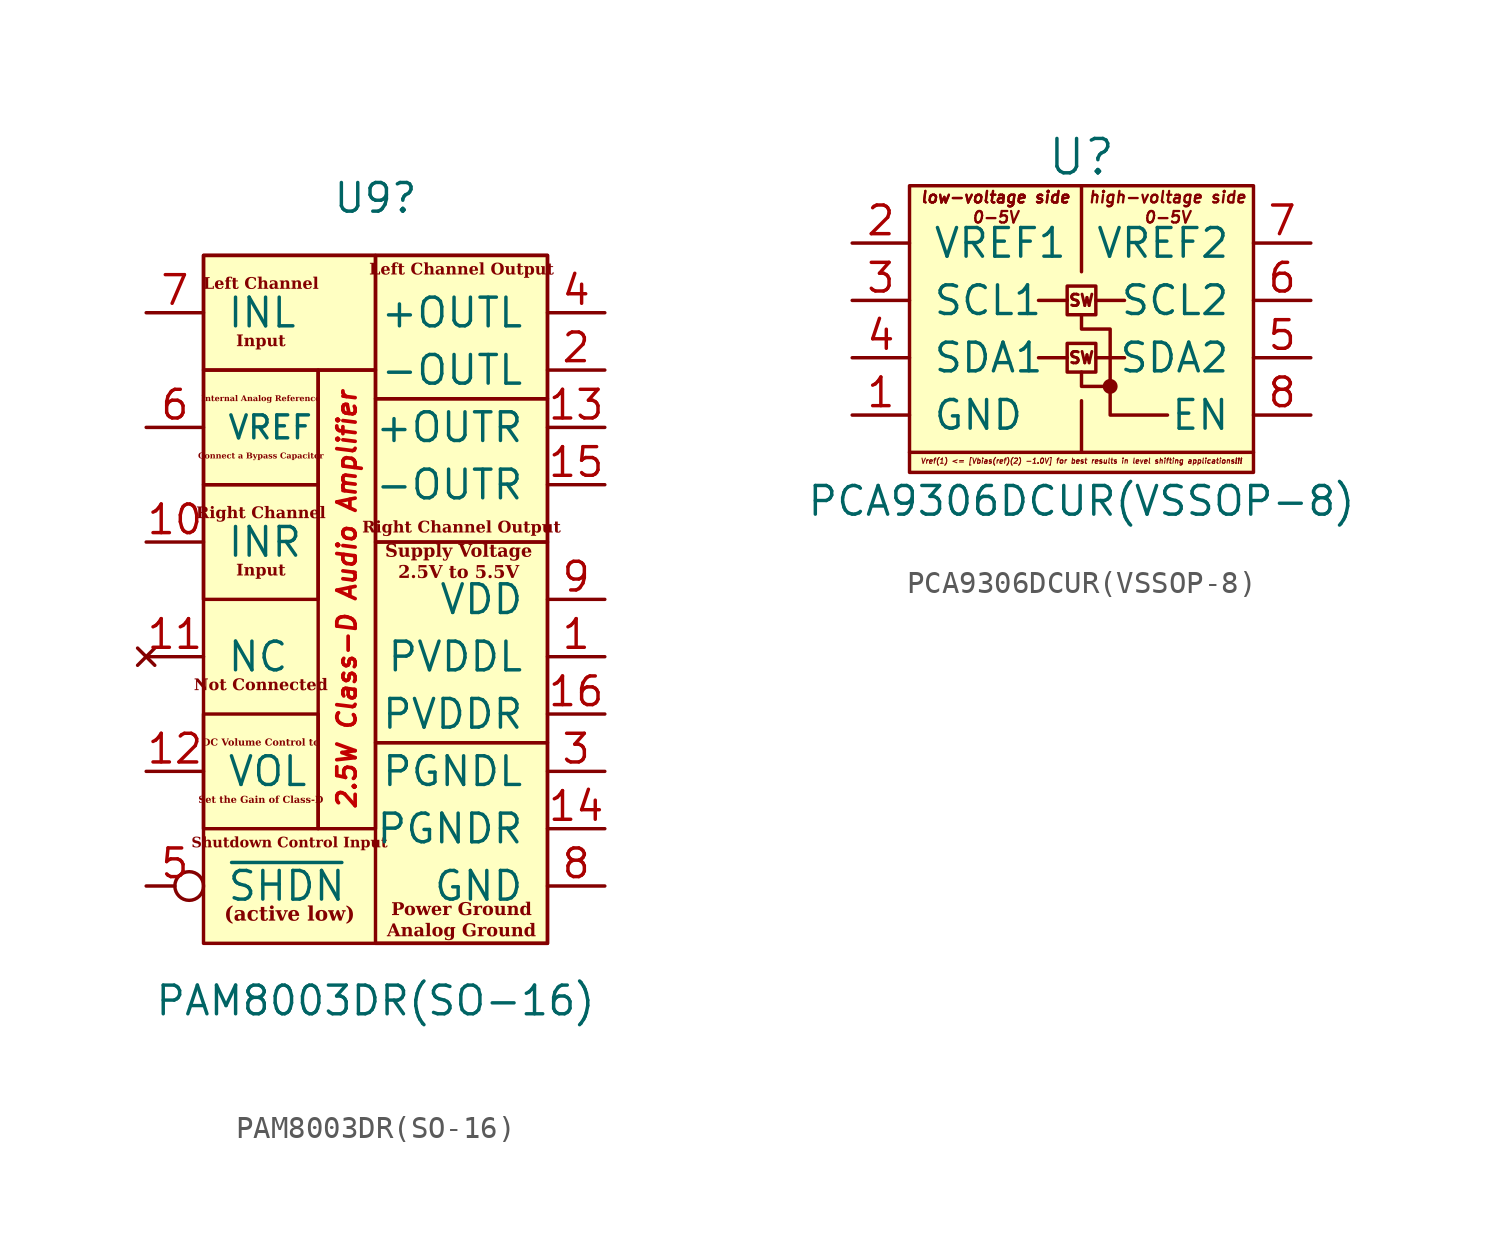
<source format=kicad_sym>
(kicad_symbol_lib
  (version 20220914)
  (generator kicad_symbol_editor)
  (symbol "PAM8003DR(SO-16)"
    (pin_names
      (offset 1.016))
    (property "Reference" "U9"
      (at 0 17.78 0)
      (effects (font (size 1.27 1.27))))
    (property "Value" "PAM8003DR(SO-16)"
      (at 0 -17.78 0)
      (effects (font (size 1.27 1.27))))
    (symbol "PAM8003DR(SO-16)_1_1"
      (rectangle (start -7.62 -5.08) (end -2.54 -10.16) (stroke (width 0) (type default)) (fill (type none)))
      (rectangle (start -7.62 5.08) (end -2.54 0) (stroke (width 0) (type default)) (fill (type none)))
      (rectangle (start -7.62 10.16) (end -2.54 5.08) (stroke (width 0) (type default)) (fill (type none)))
      (rectangle (start -7.62 15.24) (end 0 10.16) (stroke (width 0) (type default)) (fill (type none)))
      (rectangle (start -7.62 15.24) (end 7.62 -15.24) (stroke (width 0) (type solid)) (fill (type background)))
      (rectangle (start -2.54 10.16) (end 0 -10.16) (stroke (width 0) (type default)) (fill (type none)))
      (rectangle (start 0 -6.35) (end 7.62 -15.24) (stroke (width 0) (type default)) (fill (type none)))
      (rectangle (start 0 2.54) (end 7.62 -6.35) (stroke (width 0) (type default)) (fill (type none)))
      (rectangle (start 0 8.89) (end 7.62 2.54) (stroke (width 0) (type default)) (fill (type none)))
      (rectangle (start 0 15.24) (end 7.62 8.89) (stroke (width 0) (type default)) (fill (type none)))
      (text "(active low)" (at -3.81 -13.97 0) (effects (font (face "Liberation Serif") (size 0.635 0.635) bold)))
      (text "2.5W Class-D Audio Amplifier" (at -1.27 0 900) (effects (font (size 0.813 0.813) bold italic (color 194 0 0 1))))
      (text "Connect a Bypass Capacitor" (at -5.08 6.35 0) (effects (font (face "Liberation Serif") (size 0.254 0.254) bold)))
      (text "DC Volume Control to" (at -5.08 -6.35 0) (effects (font (face "Liberation Serif") (size 0.305 0.305) bold)))
      (text "Input" (at -5.08 1.27 0) (effects (font (face "Liberation Serif") (size 0.508 0.508) bold)))
      (text "Input" (at -5.08 11.43 0) (effects (font (face "Liberation Serif") (size 0.508 0.508) bold)))
      (text "Internal Analog Reference" (at -5.08 8.89 0) (effects (font (face "Liberation Serif") (size 0.254 0.254) bold)))
      (text "Left Channel" (at -5.08 13.97 0) (effects (font (face "Liberation Serif") (size 0.508 0.508) bold)))
      (text "Left Channel Output" (at 3.81 14.605 0) (effects (font (face "Liberation Serif") (size 0.508 0.508) bold)))
      (text "Not Connected" (at -5.08 -3.81 0) (effects (font (face "Liberation Serif") (size 0.508 0.508) bold)))
      (text "Power Ground\nAnalog Ground" (at 3.81 -14.224 0) (effects (font (face "Liberation Serif") (size 0.559 0.559) bold)))
      (text "Right Channel" (at -5.08 3.81 0) (effects (font (face "Liberation Serif") (size 0.508 0.508) bold)))
      (text "Right Channel Output" (at 3.81 3.175 0) (effects (font (face "Liberation Serif") (size 0.508 0.508) bold)))
      (text "Set the Gain of Class-D" (at -5.08 -8.89 0) (effects (font (face "Liberation Serif") (size 0.305 0.305) bold)))
      (text "Shutdown Control Input" (at -3.81 -10.795 0) (effects (font (face "Liberation Serif") (size 0.457 0.457) bold)))
      (text "Supply Voltage\n2.5V to 5.5V" (at 3.683 1.651 0) (effects (font (face "Liberation Serif") (size 0.559 0.559) bold)))
      (pin power_in line (at 10.16 -2.54 180) (length 2.54) (name "PVDDL" (effects (font (size 1.27 1.27)))) (number "1" (effects (font (size 1.27 1.27)))))
      (pin input line (at -10.16 2.54 0) (length 2.54) (name "INR" (effects (font (size 1.27 1.27)))) (number "10" (effects (font (size 1.27 1.27)))))
      (pin no_connect line (at -10.16 -2.54 0) (length 2.54) (name "NC" (effects (font (size 1.27 1.27)))) (number "11" (effects (font (size 1.27 1.27)))))
      (pin input line (at -10.16 -7.62 0) (length 2.54) (name "VOL" (effects (font (size 1.27 1.27)))) (number "12" (effects (font (size 1.27 1.27)))))
      (pin output line (at 10.16 7.62 180) (length 2.54) (name "+OUTR" (effects (font (size 1.27 1.27)))) (number "13" (effects (font (size 1.27 1.27)))))
      (pin power_in line (at 10.16 -10.16 180) (length 2.54) (name "PGNDR" (effects (font (size 1.27 1.27)))) (number "14" (effects (font (size 1.27 1.27)))))
      (pin output line (at 10.16 5.08 180) (length 2.54) (name "-OUTR" (effects (font (size 1.27 1.27)))) (number "15" (effects (font (size 1.27 1.27)))))
      (pin power_in line (at 10.16 -5.08 180) (length 2.54) (name "PVDDR" (effects (font (size 1.27 1.27)))) (number "16" (effects (font (size 1.27 1.27)))))
      (pin output line (at 10.16 10.16 180) (length 2.54) (name "-OUTL" (effects (font (size 1.27 1.27)))) (number "2" (effects (font (size 1.27 1.27)))))
      (pin power_in line (at 10.16 -7.62 180) (length 2.54) (name "PGNDL" (effects (font (size 1.27 1.27)))) (number "3" (effects (font (size 1.27 1.27)))))
      (pin output line (at 10.16 12.7 180) (length 2.54) (name "+OUTL" (effects (font (size 1.27 1.27)))) (number "4" (effects (font (size 1.27 1.27)))))
      (pin input inverted (at -10.16 -12.7 0) (length 2.54) (name "~{SHDN}" (effects (font (size 1.27 1.27)))) (number "5" (effects (font (size 1.27 1.27)))))
      (pin passive line (at -10.16 7.62 0) (length 2.54) (name "VREF" (effects (font (size 1.016 1.016)))) (number "6" (effects (font (size 1.27 1.27)))))
      (pin input line (at -10.16 12.7 0) (length 2.54) (name "INL" (effects (font (size 1.27 1.27)))) (number "7" (effects (font (size 1.27 1.27)))))
      (pin power_in line (at 10.16 -12.7 180) (length 2.54) (name "GND" (effects (font (size 1.27 1.27)))) (number "8" (effects (font (size 1.27 1.27)))))
      (pin power_in line (at 10.16 0 180) (length 2.54) (name "VDD" (effects (font (size 1.27 1.27)))) (number "9" (effects (font (size 1.27 1.27)))))))
  (symbol "PCA9306DCUR(VSSOP-8)"
    (pin_names
      (offset 1.016))
    (property "Reference" "U"
      (at 0 6.35 0)
      (effects (font (size 1.524 1.524))))
    (property "Value" "PCA9306DCUR(VSSOP-8)"
      (at 0 -8.89 0)
      (effects (font (size 1.27 1.27))))
    (symbol "PCA9306DCUR(VSSOP-8)_0_0"
      (rectangle (start -0.635 -1.905) (end 0.635 -3.175) (stroke (width 0) (type solid)) (fill (type none)))
      (rectangle (start -0.635 0.635) (end 0.635 -0.635) (stroke (width 0) (type solid)) (fill (type none)))
      (polyline (pts (xy -7.62 -6.731) (xy 7.62 -6.731)) (stroke (width 0) (type solid)) (fill (type none)))
      (polyline (pts (xy -0.635 -2.54) (xy -1.905 -2.54)) (stroke (width 0) (type solid)) (fill (type none)))
      (polyline (pts (xy -0.635 0) (xy -1.905 0)) (stroke (width 0) (type solid)) (fill (type none)))
      (polyline (pts (xy 0 -4.445) (xy 0 -6.731)) (stroke (width 0) (type solid)) (fill (type none)))
      (polyline (pts (xy 0 5.08) (xy 0 1.27)) (stroke (width 0) (type solid)) (fill (type none)))
      (polyline (pts (xy 0.635 -2.54) (xy 1.905 -2.54)) (stroke (width 0) (type solid)) (fill (type none)))
      (polyline (pts (xy 0.635 0) (xy 1.905 0)) (stroke (width 0) (type solid)) (fill (type none)))
      (polyline (pts (xy 0 -3.175) (xy 0 -3.81) (xy 1.27 -3.81)) (stroke (width 0) (type solid)) (fill (type none)))
      (polyline (pts (xy 0 -0.635) (xy 0 -1.27) (xy 1.27 -1.27) (xy 1.27 -3.81) (xy 1.27 -5.08) (xy 3.81 -5.08)) (stroke (width 0) (type solid)) (fill (type none)))
      (circle (center 1.27 -3.81) (radius 0.254) (stroke (width 0) (type solid)) (fill (type outline)))
      (text "0-5V" (at -3.81 3.683 0) (effects (font (size 0.508 0.508) bold italic)))
      (text "0-5V" (at 3.81 3.683 0) (effects (font (size 0.508 0.508) bold italic)))
      (text "high-voltage side" (at 3.81 4.572 0) (effects (font (size 0.508 0.508) bold italic)))
      (text "low-voltage side" (at -3.81 4.572 0) (effects (font (size 0.508 0.508) bold italic)))
      (text "low-voltage side" (at -3.81 4.572 0) (effects (font (size 0.508 0.508) bold italic)))
      (text "SW" (at 0 -2.54 0) (effects (font (size 0.508 0.508))))
      (text "SW" (at 0 0 0) (effects (font (size 0.508 0.508))))
      (text "Vref(1) <= [Vbias(ref)(2) -1.0V] for best results in level shifting applications!!!" (at 0 -7.112 0) (effects (font (size 0.229 0.229) bold italic))))
    (symbol "PCA9306DCUR(VSSOP-8)_0_1"
      (rectangle (start -7.62 5.08) (end 7.62 -7.62) (stroke (width 0) (type solid)) (fill (type background))))
    (symbol "PCA9306DCUR(VSSOP-8)_1_1"
      (pin power_in line (at -10.16 -5.08 0) (length 2.54) (name "GND" (effects (font (size 1.27 1.27)))) (number "1" (effects (font (size 1.27 1.27)))))
      (pin power_in line (at -10.16 2.54 0) (length 2.54) (name "VREF1" (effects (font (size 1.27 1.27)))) (number "2" (effects (font (size 1.27 1.27)))))
      (pin open_collector line (at -10.16 0 0) (length 2.54) (name "SCL1" (effects (font (size 1.27 1.27)))) (number "3" (effects (font (size 1.27 1.27)))))
      (pin open_collector line (at -10.16 -2.54 0) (length 2.54) (name "SDA1" (effects (font (size 1.27 1.27)))) (number "4" (effects (font (size 1.27 1.27)))))
      (pin open_collector line (at 10.16 -2.54 180) (length 2.54) (name "SDA2" (effects (font (size 1.27 1.27)))) (number "5" (effects (font (size 1.27 1.27)))))
      (pin open_collector line (at 10.16 0 180) (length 2.54) (name "SCL2" (effects (font (size 1.27 1.27)))) (number "6" (effects (font (size 1.27 1.27)))))
      (pin power_in line (at 10.16 2.54 180) (length 2.54) (name "VREF2" (effects (font (size 1.27 1.27)))) (number "7" (effects (font (size 1.27 1.27)))))
      (pin input line (at 10.16 -5.08 180) (length 2.54) (name "EN" (effects (font (size 1.27 1.27)))) (number "8" (effects (font (size 1.27 1.27))))))))
</source>
